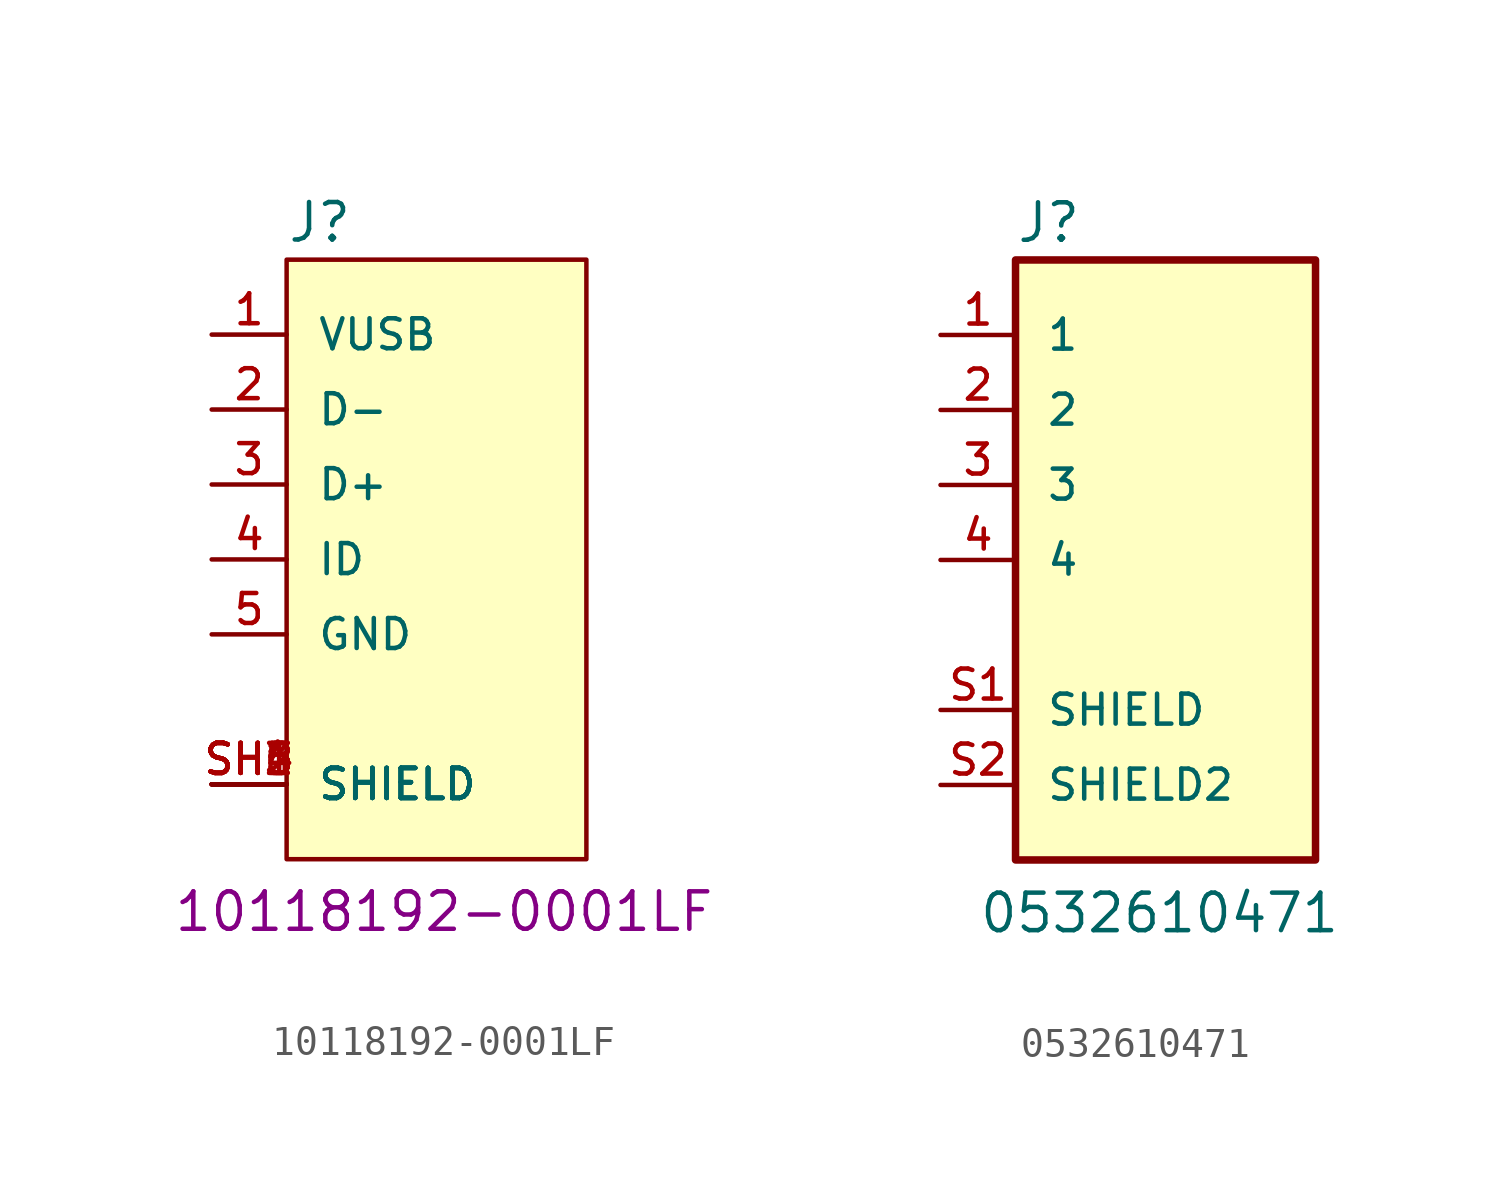
<source format=kicad_sym>
(kicad_symbol_lib
  (version 20241209)
  (generator "kicad_symbol_editor")
  (generator_version "9.0")
  (symbol "10118192-0001LF"
    (pin_names
      (offset 1.016))
    (property "Reference" "J"
      (at -5.086 10.681 0)
      (effects (font (size 1.27 1.27)) (justify left bottom)))
    (property "PartNumber" "10118192-0001LF"
      (at 0.254 -11.938 0)
      (effects (font (size 1.27 1.27))))
    (symbol "10118192-0001LF_0_0"
      (rectangle (start -5.08 10.16) (end 5.08 -10.16) (stroke (width 0.152) (type default)) (fill (type background)))
      (pin passive line (at -7.62 7.62 0) (length 2.54) (name "VUSB" (effects (font (size 1.016 1.016)))) (number "1" (effects (font (size 1.016 1.016)))))
      (pin passive line (at -7.62 5.08 0) (length 2.54) (name "D-" (effects (font (size 1.016 1.016)))) (number "2" (effects (font (size 1.016 1.016)))))
      (pin passive line (at -7.62 2.54 0) (length 2.54) (name "D+" (effects (font (size 1.016 1.016)))) (number "3" (effects (font (size 1.016 1.016)))))
      (pin passive line (at -7.62 0 0) (length 2.54) (name "ID" (effects (font (size 1.016 1.016)))) (number "4" (effects (font (size 1.016 1.016)))))
      (pin passive line (at -7.62 -2.54 0) (length 2.54) (name "GND" (effects (font (size 1.016 1.016)))) (number "5" (effects (font (size 1.016 1.016)))))
      (pin passive line (at -7.62 -7.62 0) (length 2.54) (name "SHIELD" (effects (font (size 1.016 1.016)))) (number "SH1" (effects (font (size 1.016 1.016)))))
      (pin passive line (at -7.62 -7.62 0) (length 2.54) (name "SHIELD" (effects (font (size 1.016 1.016)))) (number "SH2" (effects (font (size 1.016 1.016)))))
      (pin passive line (at -7.62 -7.62 0) (length 2.54) (name "SHIELD" (effects (font (size 1.016 1.016)))) (number "SH3" (effects (font (size 1.016 1.016)))))
      (pin passive line (at -7.62 -7.62 0) (length 2.54) (name "SHIELD" (effects (font (size 1.016 1.016)))) (number "SH4" (effects (font (size 1.016 1.016)))))
      (pin passive line (at -7.62 -7.62 0) (length 2.54) (name "SHIELD" (effects (font (size 1.016 1.016)))) (number "SH5" (effects (font (size 1.016 1.016)))))
      (pin passive line (at -7.62 -7.62 0) (length 2.54) (name "SHIELD" (effects (font (size 1.016 1.016)))) (number "SH6" (effects (font (size 1.016 1.016)))))))
  (symbol "0532610471"
    (pin_names
      (offset 1.016))
    (property "Reference" "J"
      (at 2.536 3.06 0)
      (effects (font (size 1.27 1.27)) (justify left bottom)))
    (property "Value" "0532610471"
      (at 1.27 -20.32 0)
      (effects (font (size 1.27 1.27)) (justify left bottom)))
    (symbol "0532610471_0_0"
      (rectangle (start 2.54 -17.78) (end 12.7 2.54) (stroke (width 0.254) (type default)) (fill (type background))))
    (symbol "0532610471_1_0"
      (pin passive line (at 0 0 0) (length 2.54) (name "1" (effects (font (size 1.016 1.016)))) (number "1" (effects (font (size 1.016 1.016)))))
      (pin passive line (at 0 -2.54 0) (length 2.54) (name "2" (effects (font (size 1.016 1.016)))) (number "2" (effects (font (size 1.016 1.016)))))
      (pin passive line (at 0 -5.08 0) (length 2.54) (name "3" (effects (font (size 1.016 1.016)))) (number "3" (effects (font (size 1.016 1.016)))))
      (pin passive line (at 0 -7.62 0) (length 2.54) (name "4" (effects (font (size 1.016 1.016)))) (number "4" (effects (font (size 1.016 1.016)))))
      (pin passive line (at 0 -12.7 0) (length 2.54) (name "SHIELD" (effects (font (size 1.016 1.016)))) (number "S1" (effects (font (size 1.016 1.016)))))
      (pin passive line (at 0 -15.24 0) (length 2.54) (name "SHIELD2" (effects (font (size 1.016 1.016)))) (number "S2" (effects (font (size 1.016 1.016))))))))
</source>
